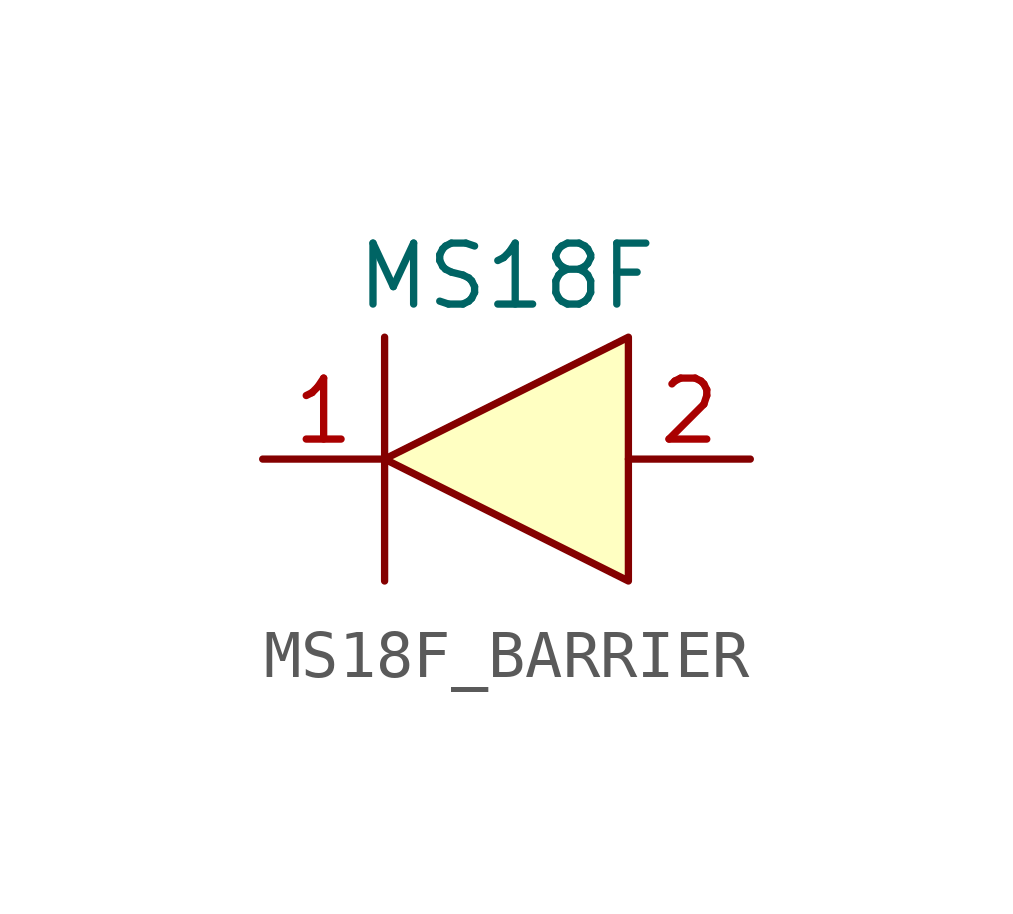
<source format=kicad_sym>
(kicad_symbol_lib
  (version 20220914)
  (generator kicad_symbol_editor)
  (symbol "MS18F_BARRIER"
    (property "Reference" "U1"
      (at 0 0 0)
      (effects (font (size 1.27 1.27)) hide))
    (property "Value" "MS18F"
      (at 0 3.81 0)
      (effects (font (size 1.27 1.27))))
    (symbol "MS18F_BARRIER_1_1"
      (polyline (pts (xy -2.54 2.54) (xy -2.54 -2.54)) (stroke (width 0) (type default)) (fill (type outline)))
      (polyline (pts (xy 2.54 0) (xy 2.54 2.54) (xy -2.54 0) (xy 2.54 -2.54) (xy 2.54 0)) (stroke (width 0) (type default)) (fill (type background)))
      (pin passive line (at -5.08 0 0) (length 2.54) (name "" (effects (font (size 1.27 1.27)))) (number "1" (effects (font (size 1.27 1.27)))))
      (pin passive line (at 5.08 0 180) (length 2.54) (name "" (effects (font (size 1.27 1.27)))) (number "2" (effects (font (size 1.27 1.27))))))))
</source>
